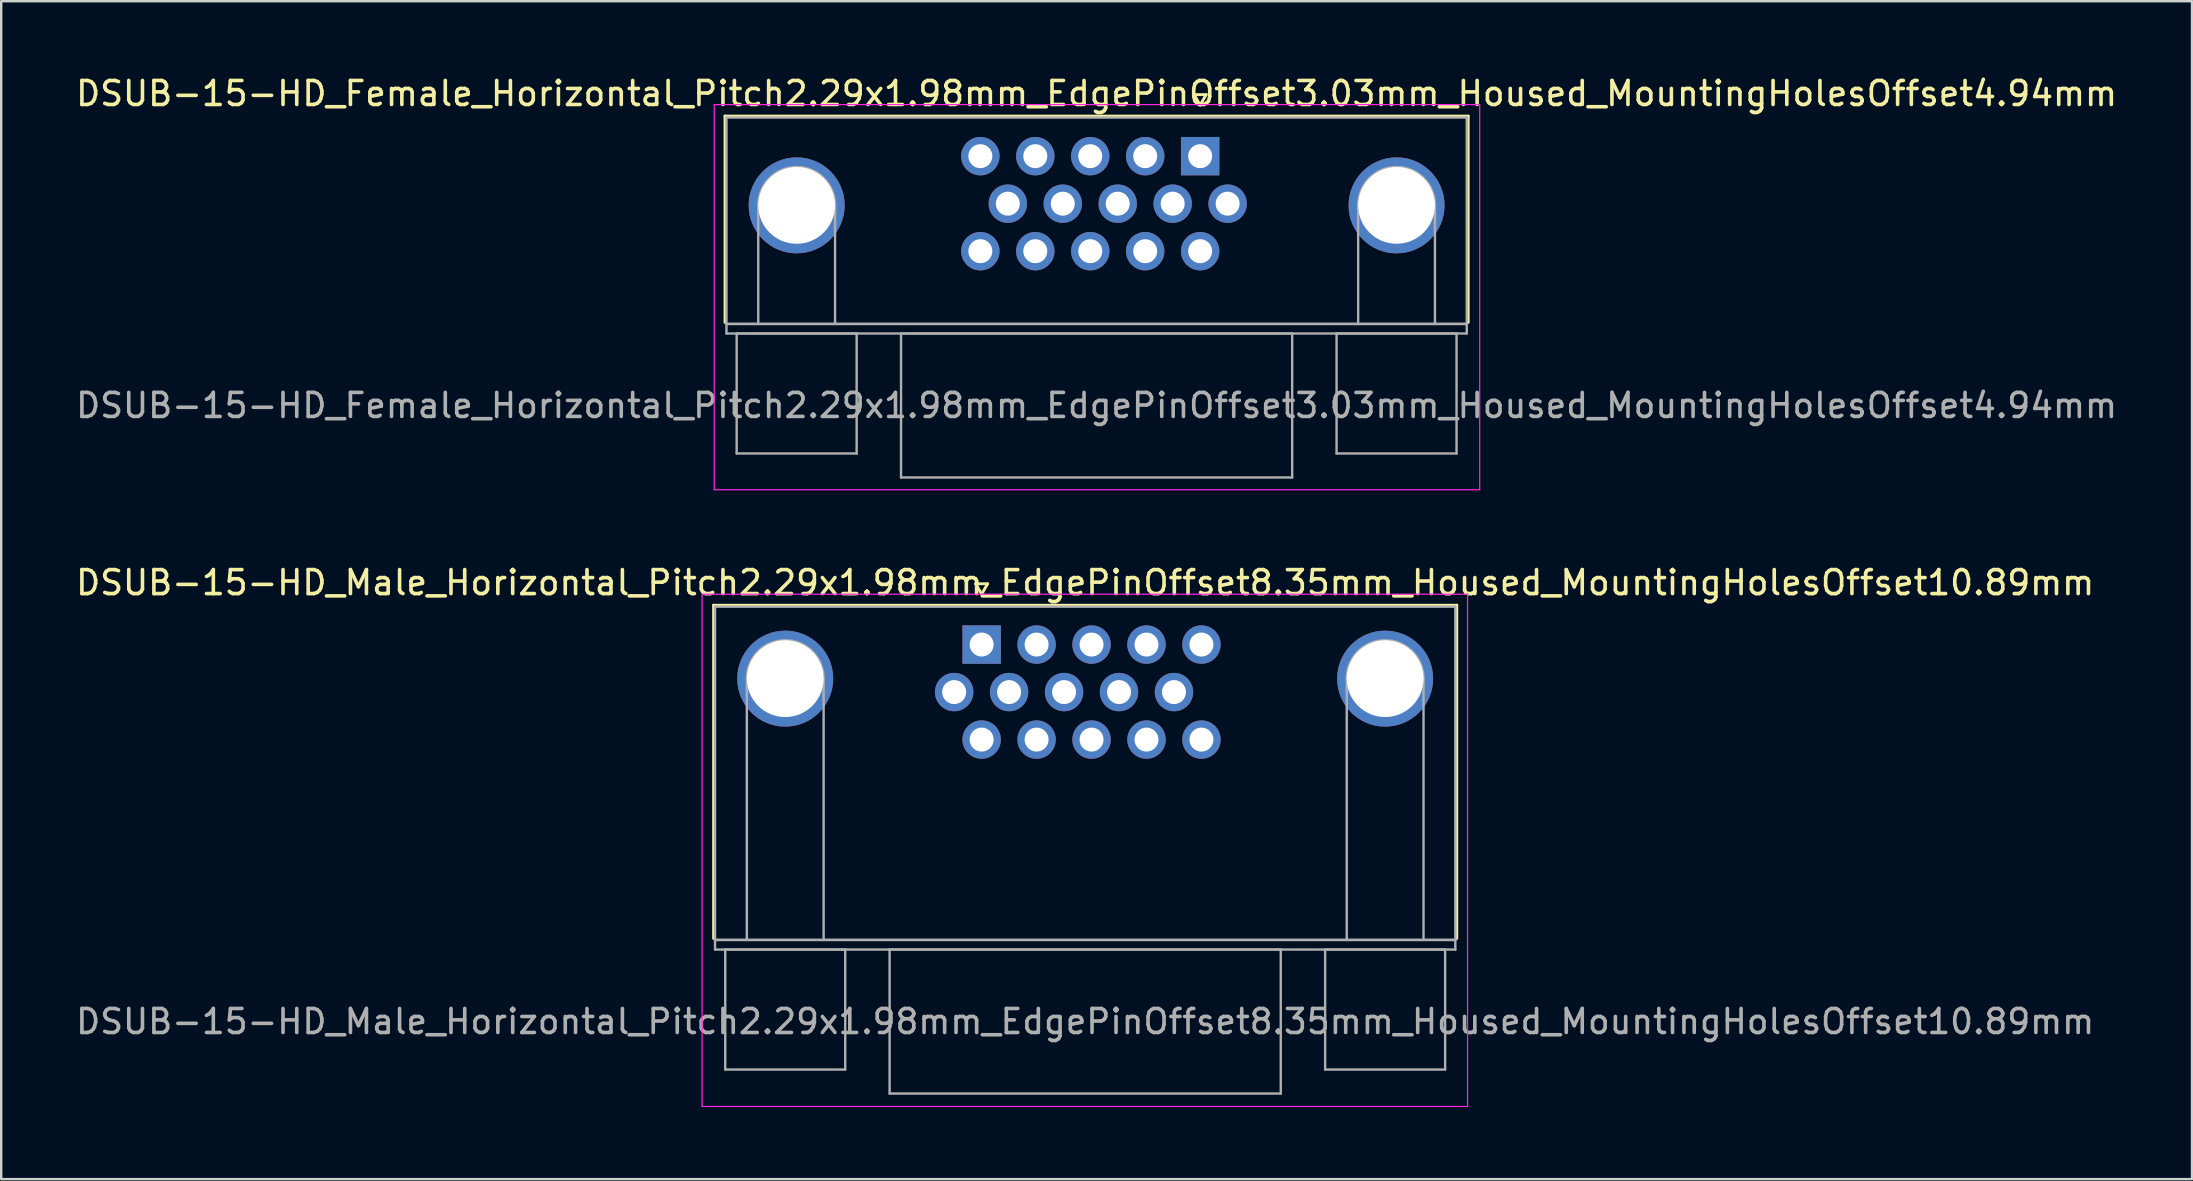
<source format=kicad_pcb>
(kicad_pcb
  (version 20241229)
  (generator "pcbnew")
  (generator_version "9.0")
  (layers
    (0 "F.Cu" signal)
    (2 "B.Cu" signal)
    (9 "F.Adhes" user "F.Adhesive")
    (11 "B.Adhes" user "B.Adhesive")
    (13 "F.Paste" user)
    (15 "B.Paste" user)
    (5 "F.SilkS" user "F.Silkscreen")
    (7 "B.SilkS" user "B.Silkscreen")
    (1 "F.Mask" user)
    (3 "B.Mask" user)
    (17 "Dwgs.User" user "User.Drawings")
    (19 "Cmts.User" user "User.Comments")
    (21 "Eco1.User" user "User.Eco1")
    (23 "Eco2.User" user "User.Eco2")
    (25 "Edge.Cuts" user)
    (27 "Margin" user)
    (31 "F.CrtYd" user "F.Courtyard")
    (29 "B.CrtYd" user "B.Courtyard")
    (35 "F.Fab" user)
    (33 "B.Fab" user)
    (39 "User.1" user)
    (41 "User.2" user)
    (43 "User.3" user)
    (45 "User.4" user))
  (footprint "DSUB-15-HD_Male_Horizontal_Pitch2.29x1.98mm_EdgePinOffset8.35mm_Housed_MountingHolesOffset10.89mm"
    (layer "F.Cu")
    (at 37.858 23.811)
    (property "Reference" "DSUB-15-HD_Male_Horizontal_Pitch2.29x1.98mm_EdgePinOffset8.35mm_Housed_MountingHolesOffset10.89mm" (at 4.315 -2.58 0) (layer "F.SilkS") (effects (font (size 1 1) (thickness 0.15))))
    (attr through_hole)
    (fp_line (start -11.17 -1.64) (end 19.8 -1.64) (stroke (width 0.12) (type solid)) (layer "F.SilkS"))
    (fp_line (start -11.17 12.25) (end -11.17 -1.64) (stroke (width 0.12) (type solid)) (layer "F.SilkS"))
    (fp_line (start -0.25 -2.534) (end 0.25 -2.534) (stroke (width 0.12) (type solid)) (layer "F.SilkS"))
    (fp_line (start 0 -2.101) (end -0.25 -2.534) (stroke (width 0.12) (type solid)) (layer "F.SilkS"))
    (fp_line (start 0.25 -2.534) (end 0 -2.101) (stroke (width 0.12) (type solid)) (layer "F.SilkS"))
    (fp_line (start 19.8 -1.64) (end 19.8 12.25) (stroke (width 0.12) (type solid)) (layer "F.SilkS"))
    (fp_line (start -11.65 -2.1) (end -11.65 19.25) (stroke (width 0.05) (type solid)) (layer "F.CrtYd"))
    (fp_line (start -11.65 19.25) (end 20.25 19.25) (stroke (width 0.05) (type solid)) (layer "F.CrtYd"))
    (fp_line (start 20.25 -2.1) (end -11.65 -2.1) (stroke (width 0.05) (type solid)) (layer "F.CrtYd"))
    (fp_line (start 20.25 19.25) (end 20.25 -2.1) (stroke (width 0.05) (type solid)) (layer "F.CrtYd"))
    (fp_line (start -11.11 -1.58) (end -11.11 12.31) (stroke (width 0.1) (type solid)) (layer "F.Fab"))
    (fp_line (start -11.11 12.31) (end -11.11 12.71) (stroke (width 0.1) (type solid)) (layer "F.Fab"))
    (fp_line (start -11.11 12.31) (end 19.74 12.31) (stroke (width 0.1) (type solid)) (layer "F.Fab"))
    (fp_line (start -11.11 12.71) (end 19.74 12.71) (stroke (width 0.1) (type solid)) (layer "F.Fab"))
    (fp_line (start -10.685 12.71) (end -10.685 17.71) (stroke (width 0.1) (type solid)) (layer "F.Fab"))
    (fp_line (start -10.685 17.71) (end -5.685 17.71) (stroke (width 0.1) (type solid)) (layer "F.Fab"))
    (fp_line (start -9.785 12.31) (end -9.785 1.42) (stroke (width 0.1) (type solid)) (layer "F.Fab"))
    (fp_line (start -6.585 12.31) (end -6.585 1.42) (stroke (width 0.1) (type solid)) (layer "F.Fab"))
    (fp_line (start -5.685 12.71) (end -10.685 12.71) (stroke (width 0.1) (type solid)) (layer "F.Fab"))
    (fp_line (start -5.685 17.71) (end -5.685 12.71) (stroke (width 0.1) (type solid)) (layer "F.Fab"))
    (fp_line (start -3.835 12.71) (end -3.835 18.71) (stroke (width 0.1) (type solid)) (layer "F.Fab"))
    (fp_line (start -3.835 18.71) (end 12.465 18.71) (stroke (width 0.1) (type solid)) (layer "F.Fab"))
    (fp_line (start 12.465 12.71) (end -3.835 12.71) (stroke (width 0.1) (type solid)) (layer "F.Fab"))
    (fp_line (start 12.465 18.71) (end 12.465 12.71) (stroke (width 0.1) (type solid)) (layer "F.Fab"))
    (fp_line (start 14.315 12.71) (end 14.315 17.71) (stroke (width 0.1) (type solid)) (layer "F.Fab"))
    (fp_line (start 14.315 17.71) (end 19.315 17.71) (stroke (width 0.1) (type solid)) (layer "F.Fab"))
    (fp_line (start 15.215 12.31) (end 15.215 1.42) (stroke (width 0.1) (type solid)) (layer "F.Fab"))
    (fp_line (start 18.415 12.31) (end 18.415 1.42) (stroke (width 0.1) (type solid)) (layer "F.Fab"))
    (fp_line (start 19.315 12.71) (end 14.315 12.71) (stroke (width 0.1) (type solid)) (layer "F.Fab"))
    (fp_line (start 19.315 17.71) (end 19.315 12.71) (stroke (width 0.1) (type solid)) (layer "F.Fab"))
    (fp_line (start 19.74 -1.58) (end -11.11 -1.58) (stroke (width 0.1) (type solid)) (layer "F.Fab"))
    (fp_line (start 19.74 12.31) (end -11.11 12.31) (stroke (width 0.1) (type solid)) (layer "F.Fab"))
    (fp_line (start 19.74 12.31) (end 19.74 -1.58) (stroke (width 0.1) (type solid)) (layer "F.Fab"))
    (fp_line (start 19.74 12.71) (end 19.74 12.31) (stroke (width 0.1) (type solid)) (layer "F.Fab"))
    (fp_arc (start -9.785 1.42) (mid -8.185 -0.18) (end -6.585 1.42) (stroke (width 0.1) (type solid)) (layer "F.Fab"))
    (fp_arc (start 15.215 1.42) (mid 16.815 -0.18) (end 18.415 1.42) (stroke (width 0.1) (type solid)) (layer "F.Fab"))
    (fp_text user "${REFERENCE}" (at 4.315 15.71 0) (layer "F.Fab") (effects (font (size 1 1) (thickness 0.15))))
    (pad "0" thru_hole circle (at -8.185 1.42) (size 4 4) (drill 3.2) (layers "*.Cu" "*.Mask"))
    (pad "0" thru_hole circle (at 16.815 1.42) (size 4 4) (drill 3.2) (layers "*.Cu" "*.Mask"))
    (pad "1" thru_hole rect (at 0 0) (size 1.6 1.6) (drill 1) (layers "*.Cu" "*.Mask"))
    (pad "2" thru_hole circle (at 2.29 0) (size 1.6 1.6) (drill 1) (layers "*.Cu" "*.Mask"))
    (pad "3" thru_hole circle (at 4.58 0) (size 1.6 1.6) (drill 1) (layers "*.Cu" "*.Mask"))
    (pad "4" thru_hole circle (at 6.87 0) (size 1.6 1.6) (drill 1) (layers "*.Cu" "*.Mask"))
    (pad "5" thru_hole circle (at 9.16 0) (size 1.6 1.6) (drill 1) (layers "*.Cu" "*.Mask"))
    (pad "6" thru_hole circle (at -1.145 1.98) (size 1.6 1.6) (drill 1) (layers "*.Cu" "*.Mask"))
    (pad "7" thru_hole circle (at 1.145 1.98) (size 1.6 1.6) (drill 1) (layers "*.Cu" "*.Mask"))
    (pad "8" thru_hole circle (at 3.435 1.98) (size 1.6 1.6) (drill 1) (layers "*.Cu" "*.Mask"))
    (pad "9" thru_hole circle (at 5.725 1.98) (size 1.6 1.6) (drill 1) (layers "*.Cu" "*.Mask"))
    (pad "10" thru_hole circle (at 8.015 1.98) (size 1.6 1.6) (drill 1) (layers "*.Cu" "*.Mask"))
    (pad "11" thru_hole circle (at 0 3.96) (size 1.6 1.6) (drill 1) (layers "*.Cu" "*.Mask"))
    (pad "12" thru_hole circle (at 2.29 3.96) (size 1.6 1.6) (drill 1) (layers "*.Cu" "*.Mask"))
    (pad "13" thru_hole circle (at 4.58 3.96) (size 1.6 1.6) (drill 1) (layers "*.Cu" "*.Mask"))
    (pad "14" thru_hole circle (at 6.87 3.96) (size 1.6 1.6) (drill 1) (layers "*.Cu" "*.Mask"))
    (pad "15" thru_hole circle (at 9.16 3.96) (size 1.6 1.6) (drill 1) (layers "*.Cu" "*.Mask")))
  (footprint "DSUB-15-HD_Female_Horizontal_Pitch2.29x1.98mm_EdgePinOffset3.03mm_Housed_MountingHolesOffset4.94mm"
    (layer "F.Cu")
    (at 46.964 3.458)
    (property "Reference" "DSUB-15-HD_Female_Horizontal_Pitch2.29x1.98mm_EdgePinOffset3.03mm_Housed_MountingHolesOffset4.94mm" (at -4.315 -2.61 0) (layer "F.SilkS") (effects (font (size 1 1) (thickness 0.15))))
    (attr through_hole)
    (fp_line (start -19.8 -1.67) (end 11.17 -1.67) (stroke (width 0.12) (type solid)) (layer "F.SilkS"))
    (fp_line (start -19.8 6.93) (end -19.8 -1.67) (stroke (width 0.12) (type solid)) (layer "F.SilkS"))
    (fp_line (start -0.25 -2.564) (end 0.25 -2.564) (stroke (width 0.12) (type solid)) (layer "F.SilkS"))
    (fp_line (start 0 -2.131) (end -0.25 -2.564) (stroke (width 0.12) (type solid)) (layer "F.SilkS"))
    (fp_line (start 0.25 -2.564) (end 0 -2.131) (stroke (width 0.12) (type solid)) (layer "F.SilkS"))
    (fp_line (start 11.17 -1.67) (end 11.17 6.93) (stroke (width 0.12) (type solid)) (layer "F.SilkS"))
    (fp_line (start -20.25 -2.15) (end -20.25 13.9) (stroke (width 0.05) (type solid)) (layer "F.CrtYd"))
    (fp_line (start -20.25 13.9) (end 11.65 13.9) (stroke (width 0.05) (type solid)) (layer "F.CrtYd"))
    (fp_line (start 11.65 -2.15) (end -20.25 -2.15) (stroke (width 0.05) (type solid)) (layer "F.CrtYd"))
    (fp_line (start 11.65 13.9) (end 11.65 -2.15) (stroke (width 0.05) (type solid)) (layer "F.CrtYd"))
    (fp_line (start -19.74 -1.61) (end -19.74 6.99) (stroke (width 0.1) (type solid)) (layer "F.Fab"))
    (fp_line (start -19.74 6.99) (end -19.74 7.39) (stroke (width 0.1) (type solid)) (layer "F.Fab"))
    (fp_line (start -19.74 6.99) (end 11.11 6.99) (stroke (width 0.1) (type solid)) (layer "F.Fab"))
    (fp_line (start -19.74 7.39) (end 11.11 7.39) (stroke (width 0.1) (type solid)) (layer "F.Fab"))
    (fp_line (start -19.315 7.39) (end -19.315 12.39) (stroke (width 0.1) (type solid)) (layer "F.Fab"))
    (fp_line (start -19.315 12.39) (end -14.315 12.39) (stroke (width 0.1) (type solid)) (layer "F.Fab"))
    (fp_line (start -18.415 6.99) (end -18.415 2.05) (stroke (width 0.1) (type solid)) (layer "F.Fab"))
    (fp_line (start -15.215 6.99) (end -15.215 2.05) (stroke (width 0.1) (type solid)) (layer "F.Fab"))
    (fp_line (start -14.315 7.39) (end -19.315 7.39) (stroke (width 0.1) (type solid)) (layer "F.Fab"))
    (fp_line (start -14.315 12.39) (end -14.315 7.39) (stroke (width 0.1) (type solid)) (layer "F.Fab"))
    (fp_line (start -12.465 7.39) (end -12.465 13.39) (stroke (width 0.1) (type solid)) (layer "F.Fab"))
    (fp_line (start -12.465 13.39) (end 3.835 13.39) (stroke (width 0.1) (type solid)) (layer "F.Fab"))
    (fp_line (start 3.835 7.39) (end -12.465 7.39) (stroke (width 0.1) (type solid)) (layer "F.Fab"))
    (fp_line (start 3.835 13.39) (end 3.835 7.39) (stroke (width 0.1) (type solid)) (layer "F.Fab"))
    (fp_line (start 5.685 7.39) (end 5.685 12.39) (stroke (width 0.1) (type solid)) (layer "F.Fab"))
    (fp_line (start 5.685 12.39) (end 10.685 12.39) (stroke (width 0.1) (type solid)) (layer "F.Fab"))
    (fp_line (start 6.585 6.99) (end 6.585 2.05) (stroke (width 0.1) (type solid)) (layer "F.Fab"))
    (fp_line (start 9.785 6.99) (end 9.785 2.05) (stroke (width 0.1) (type solid)) (layer "F.Fab"))
    (fp_line (start 10.685 7.39) (end 5.685 7.39) (stroke (width 0.1) (type solid)) (layer "F.Fab"))
    (fp_line (start 10.685 12.39) (end 10.685 7.39) (stroke (width 0.1) (type solid)) (layer "F.Fab"))
    (fp_line (start 11.11 -1.61) (end -19.74 -1.61) (stroke (width 0.1) (type solid)) (layer "F.Fab"))
    (fp_line (start 11.11 6.99) (end -19.74 6.99) (stroke (width 0.1) (type solid)) (layer "F.Fab"))
    (fp_line (start 11.11 6.99) (end 11.11 -1.61) (stroke (width 0.1) (type solid)) (layer "F.Fab"))
    (fp_line (start 11.11 7.39) (end 11.11 6.99) (stroke (width 0.1) (type solid)) (layer "F.Fab"))
    (fp_arc (start -18.415 2.05) (mid -16.815 0.45) (end -15.215 2.05) (stroke (width 0.1) (type solid)) (layer "F.Fab"))
    (fp_arc (start 6.585 2.05) (mid 8.185 0.45) (end 9.785 2.05) (stroke (width 0.1) (type solid)) (layer "F.Fab"))
    (fp_text user "${REFERENCE}" (at -4.315 10.39 0) (layer "F.Fab") (effects (font (size 1 1) (thickness 0.15))))
    (pad "0" thru_hole circle (at -16.815 2.05) (size 4 4) (drill 3.2) (layers "*.Cu" "*.Mask"))
    (pad "0" thru_hole circle (at 8.185 2.05) (size 4 4) (drill 3.2) (layers "*.Cu" "*.Mask"))
    (pad "1" thru_hole rect (at 0 0) (size 1.6 1.6) (drill 1) (layers "*.Cu" "*.Mask"))
    (pad "2" thru_hole circle (at -2.29 0) (size 1.6 1.6) (drill 1) (layers "*.Cu" "*.Mask"))
    (pad "3" thru_hole circle (at -4.58 0) (size 1.6 1.6) (drill 1) (layers "*.Cu" "*.Mask"))
    (pad "4" thru_hole circle (at -6.87 0) (size 1.6 1.6) (drill 1) (layers "*.Cu" "*.Mask"))
    (pad "5" thru_hole circle (at -9.16 0) (size 1.6 1.6) (drill 1) (layers "*.Cu" "*.Mask"))
    (pad "6" thru_hole circle (at 1.145 1.98) (size 1.6 1.6) (drill 1) (layers "*.Cu" "*.Mask"))
    (pad "7" thru_hole circle (at -1.145 1.98) (size 1.6 1.6) (drill 1) (layers "*.Cu" "*.Mask"))
    (pad "8" thru_hole circle (at -3.435 1.98) (size 1.6 1.6) (drill 1) (layers "*.Cu" "*.Mask"))
    (pad "9" thru_hole circle (at -5.725 1.98) (size 1.6 1.6) (drill 1) (layers "*.Cu" "*.Mask"))
    (pad "10" thru_hole circle (at -8.015 1.98) (size 1.6 1.6) (drill 1) (layers "*.Cu" "*.Mask"))
    (pad "11" thru_hole circle (at 0 3.96) (size 1.6 1.6) (drill 1) (layers "*.Cu" "*.Mask"))
    (pad "12" thru_hole circle (at -2.29 3.96) (size 1.6 1.6) (drill 1) (layers "*.Cu" "*.Mask"))
    (pad "13" thru_hole circle (at -4.58 3.96) (size 1.6 1.6) (drill 1) (layers "*.Cu" "*.Mask"))
    (pad "14" thru_hole circle (at -6.87 3.96) (size 1.6 1.6) (drill 1) (layers "*.Cu" "*.Mask"))
    (pad "15" thru_hole circle (at -9.16 3.96) (size 1.6 1.6) (drill 1) (layers "*.Cu" "*.Mask")))
  (gr_rect
    (start -3 -3)
    (end 88.298 46.087)
    (stroke (width 0.1) (type default))
    (fill no)
    (layer "Edge.Cuts")))
</source>
